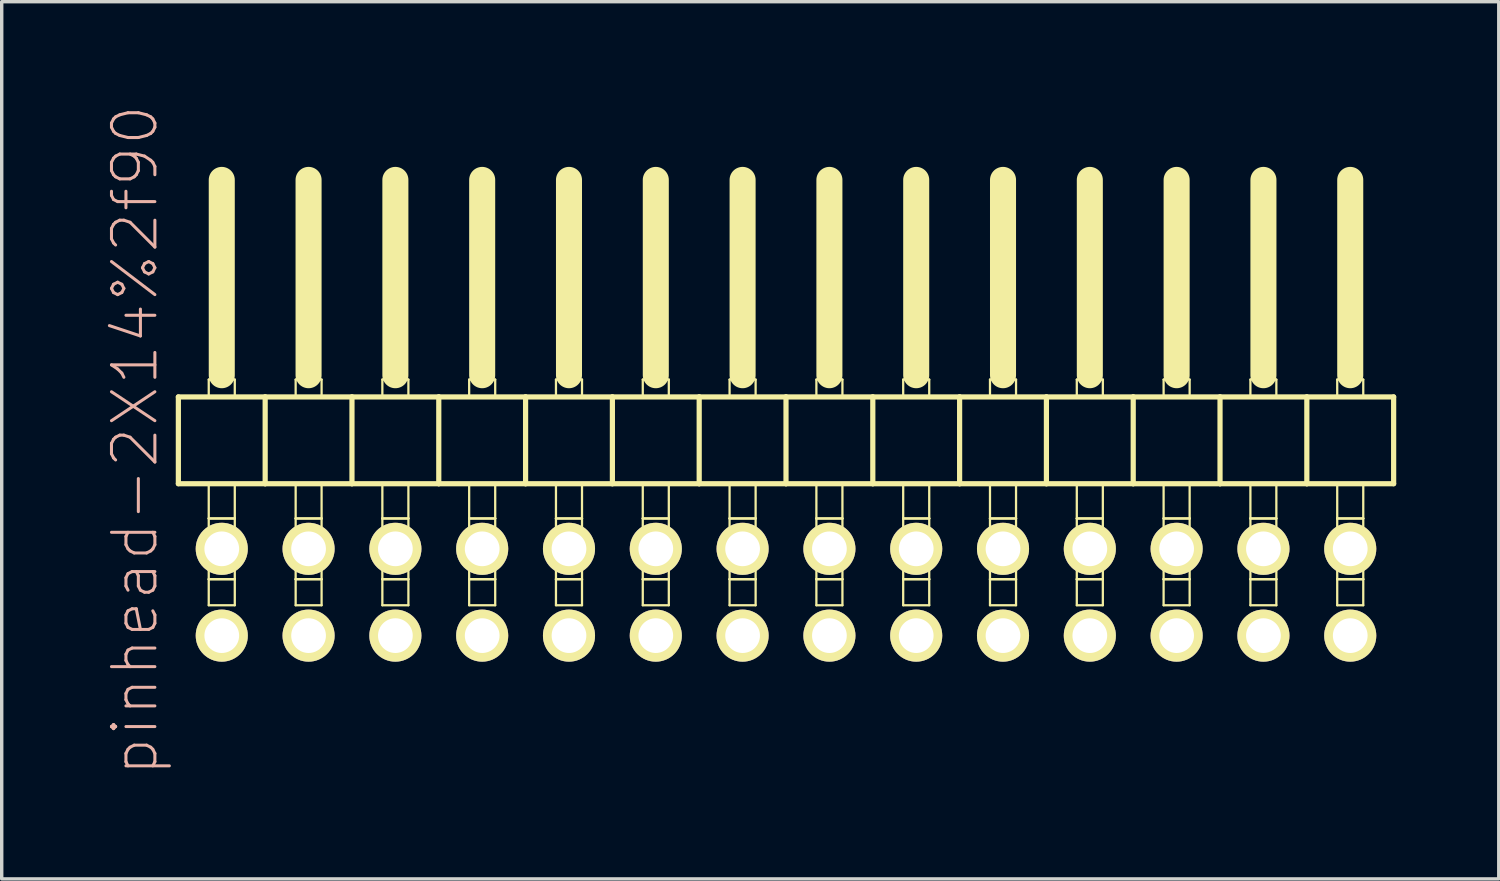
<source format=kicad_pcb>
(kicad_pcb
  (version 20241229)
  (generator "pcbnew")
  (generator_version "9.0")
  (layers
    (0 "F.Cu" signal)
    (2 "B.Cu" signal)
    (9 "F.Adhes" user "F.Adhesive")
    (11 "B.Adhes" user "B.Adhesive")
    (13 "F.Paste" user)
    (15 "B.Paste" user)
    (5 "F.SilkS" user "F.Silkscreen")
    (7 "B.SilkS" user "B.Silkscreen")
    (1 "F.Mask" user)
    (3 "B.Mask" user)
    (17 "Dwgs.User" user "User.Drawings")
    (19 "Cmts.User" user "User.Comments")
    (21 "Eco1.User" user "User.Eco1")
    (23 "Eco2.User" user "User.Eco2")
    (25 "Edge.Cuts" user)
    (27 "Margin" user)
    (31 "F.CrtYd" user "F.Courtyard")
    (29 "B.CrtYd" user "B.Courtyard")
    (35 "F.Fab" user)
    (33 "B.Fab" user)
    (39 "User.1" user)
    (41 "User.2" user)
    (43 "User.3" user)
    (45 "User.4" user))
  (footprint "pinhead-2X14%2f90"
    (layer "F.Cu")
    (at 19.949 9.199)
    (property "Reference" "pinhead-2X14%2f90" (at -19.05 0.635 90) (layer "B.SilkS") (effects (font (size 1.27 1.27) (thickness 0.089))))
    (attr exclude_from_pos_files exclude_from_bom)
    (fp_line (start -17.78 -0.635) (end -17.78 1.905) (stroke (width 0.152) (type solid)) (layer "F.SilkS"))
    (fp_line (start -17.78 1.905) (end -15.24 1.905) (stroke (width 0.152) (type solid)) (layer "F.SilkS"))
    (fp_line (start -16.891 -1.143) (end -16.129 -1.143) (stroke (width 0.066) (type solid)) (layer "F.SilkS"))
    (fp_line (start -16.891 -0.635) (end -16.891 -1.143) (stroke (width 0.066) (type solid)) (layer "F.SilkS"))
    (fp_line (start -16.891 -0.635) (end -16.129 -0.635) (stroke (width 0.066) (type solid)) (layer "F.SilkS"))
    (fp_line (start -16.891 1.905) (end -16.129 1.905) (stroke (width 0.066) (type solid)) (layer "F.SilkS"))
    (fp_line (start -16.891 2.921) (end -16.891 1.905) (stroke (width 0.066) (type solid)) (layer "F.SilkS"))
    (fp_line (start -16.891 2.921) (end -16.129 2.921) (stroke (width 0.066) (type solid)) (layer "F.SilkS"))
    (fp_line (start -16.891 2.921) (end -16.129 2.921) (stroke (width 0.066) (type solid)) (layer "F.SilkS"))
    (fp_line (start -16.891 4.699) (end -16.891 2.921) (stroke (width 0.066) (type solid)) (layer "F.SilkS"))
    (fp_line (start -16.891 4.699) (end -16.129 4.699) (stroke (width 0.066) (type solid)) (layer "F.SilkS"))
    (fp_line (start -16.891 4.699) (end -16.129 4.699) (stroke (width 0.066) (type solid)) (layer "F.SilkS"))
    (fp_line (start -16.891 5.461) (end -16.891 4.699) (stroke (width 0.066) (type solid)) (layer "F.SilkS"))
    (fp_line (start -16.891 5.461) (end -16.129 5.461) (stroke (width 0.066) (type solid)) (layer "F.SilkS"))
    (fp_line (start -16.51 -6.985) (end -16.51 -1.27) (stroke (width 0.762) (type solid)) (layer "F.SilkS"))
    (fp_line (start -16.129 -0.635) (end -16.129 -1.143) (stroke (width 0.066) (type solid)) (layer "F.SilkS"))
    (fp_line (start -16.129 2.921) (end -16.129 1.905) (stroke (width 0.066) (type solid)) (layer "F.SilkS"))
    (fp_line (start -16.129 4.699) (end -16.129 2.921) (stroke (width 0.066) (type solid)) (layer "F.SilkS"))
    (fp_line (start -16.129 5.461) (end -16.129 4.699) (stroke (width 0.066) (type solid)) (layer "F.SilkS"))
    (fp_line (start -15.24 -0.635) (end -17.78 -0.635) (stroke (width 0.152) (type solid)) (layer "F.SilkS"))
    (fp_line (start -15.24 1.905) (end -15.24 -0.635) (stroke (width 0.152) (type solid)) (layer "F.SilkS"))
    (fp_line (start -15.24 1.905) (end -12.7 1.905) (stroke (width 0.152) (type solid)) (layer "F.SilkS"))
    (fp_line (start -14.348 -1.143) (end -13.589 -1.143) (stroke (width 0.066) (type solid)) (layer "F.SilkS"))
    (fp_line (start -14.348 -0.635) (end -14.348 -1.143) (stroke (width 0.066) (type solid)) (layer "F.SilkS"))
    (fp_line (start -14.348 -0.635) (end -13.589 -0.635) (stroke (width 0.066) (type solid)) (layer "F.SilkS"))
    (fp_line (start -14.348 1.905) (end -13.589 1.905) (stroke (width 0.066) (type solid)) (layer "F.SilkS"))
    (fp_line (start -14.348 2.921) (end -14.348 1.905) (stroke (width 0.066) (type solid)) (layer "F.SilkS"))
    (fp_line (start -14.348 2.921) (end -13.589 2.921) (stroke (width 0.066) (type solid)) (layer "F.SilkS"))
    (fp_line (start -14.348 2.921) (end -13.589 2.921) (stroke (width 0.066) (type solid)) (layer "F.SilkS"))
    (fp_line (start -14.348 4.699) (end -14.348 2.921) (stroke (width 0.066) (type solid)) (layer "F.SilkS"))
    (fp_line (start -14.348 4.699) (end -13.589 4.699) (stroke (width 0.066) (type solid)) (layer "F.SilkS"))
    (fp_line (start -14.348 4.699) (end -13.589 4.699) (stroke (width 0.066) (type solid)) (layer "F.SilkS"))
    (fp_line (start -14.348 5.461) (end -14.348 4.699) (stroke (width 0.066) (type solid)) (layer "F.SilkS"))
    (fp_line (start -14.348 5.461) (end -13.589 5.461) (stroke (width 0.066) (type solid)) (layer "F.SilkS"))
    (fp_line (start -13.97 -6.985) (end -13.97 -1.27) (stroke (width 0.762) (type solid)) (layer "F.SilkS"))
    (fp_line (start -13.589 -0.635) (end -13.589 -1.143) (stroke (width 0.066) (type solid)) (layer "F.SilkS"))
    (fp_line (start -13.589 2.921) (end -13.589 1.905) (stroke (width 0.066) (type solid)) (layer "F.SilkS"))
    (fp_line (start -13.589 4.699) (end -13.589 2.921) (stroke (width 0.066) (type solid)) (layer "F.SilkS"))
    (fp_line (start -13.589 5.461) (end -13.589 4.699) (stroke (width 0.066) (type solid)) (layer "F.SilkS"))
    (fp_line (start -12.7 -0.635) (end -15.24 -0.635) (stroke (width 0.152) (type solid)) (layer "F.SilkS"))
    (fp_line (start -12.7 1.905) (end -12.7 -0.635) (stroke (width 0.152) (type solid)) (layer "F.SilkS"))
    (fp_line (start -12.7 1.905) (end -10.16 1.905) (stroke (width 0.152) (type solid)) (layer "F.SilkS"))
    (fp_line (start -11.811 -1.143) (end -11.049 -1.143) (stroke (width 0.066) (type solid)) (layer "F.SilkS"))
    (fp_line (start -11.811 -0.635) (end -11.811 -1.143) (stroke (width 0.066) (type solid)) (layer "F.SilkS"))
    (fp_line (start -11.811 -0.635) (end -11.049 -0.635) (stroke (width 0.066) (type solid)) (layer "F.SilkS"))
    (fp_line (start -11.811 1.905) (end -11.049 1.905) (stroke (width 0.066) (type solid)) (layer "F.SilkS"))
    (fp_line (start -11.811 2.921) (end -11.811 1.905) (stroke (width 0.066) (type solid)) (layer "F.SilkS"))
    (fp_line (start -11.811 2.921) (end -11.049 2.921) (stroke (width 0.066) (type solid)) (layer "F.SilkS"))
    (fp_line (start -11.811 2.921) (end -11.049 2.921) (stroke (width 0.066) (type solid)) (layer "F.SilkS"))
    (fp_line (start -11.811 4.699) (end -11.811 2.921) (stroke (width 0.066) (type solid)) (layer "F.SilkS"))
    (fp_line (start -11.811 4.699) (end -11.049 4.699) (stroke (width 0.066) (type solid)) (layer "F.SilkS"))
    (fp_line (start -11.811 4.699) (end -11.049 4.699) (stroke (width 0.066) (type solid)) (layer "F.SilkS"))
    (fp_line (start -11.811 5.461) (end -11.811 4.699) (stroke (width 0.066) (type solid)) (layer "F.SilkS"))
    (fp_line (start -11.811 5.461) (end -11.049 5.461) (stroke (width 0.066) (type solid)) (layer "F.SilkS"))
    (fp_line (start -11.43 -6.985) (end -11.43 -1.27) (stroke (width 0.762) (type solid)) (layer "F.SilkS"))
    (fp_line (start -11.049 -0.635) (end -11.049 -1.143) (stroke (width 0.066) (type solid)) (layer "F.SilkS"))
    (fp_line (start -11.049 2.921) (end -11.049 1.905) (stroke (width 0.066) (type solid)) (layer "F.SilkS"))
    (fp_line (start -11.049 4.699) (end -11.049 2.921) (stroke (width 0.066) (type solid)) (layer "F.SilkS"))
    (fp_line (start -11.049 5.461) (end -11.049 4.699) (stroke (width 0.066) (type solid)) (layer "F.SilkS"))
    (fp_line (start -10.16 -0.635) (end -12.7 -0.635) (stroke (width 0.152) (type solid)) (layer "F.SilkS"))
    (fp_line (start -10.16 1.905) (end -10.16 -0.635) (stroke (width 0.152) (type solid)) (layer "F.SilkS"))
    (fp_line (start -10.16 1.905) (end -7.62 1.905) (stroke (width 0.152) (type solid)) (layer "F.SilkS"))
    (fp_line (start -9.271 -1.143) (end -8.509 -1.143) (stroke (width 0.066) (type solid)) (layer "F.SilkS"))
    (fp_line (start -9.271 -0.635) (end -9.271 -1.143) (stroke (width 0.066) (type solid)) (layer "F.SilkS"))
    (fp_line (start -9.271 -0.635) (end -8.509 -0.635) (stroke (width 0.066) (type solid)) (layer "F.SilkS"))
    (fp_line (start -9.271 1.905) (end -8.509 1.905) (stroke (width 0.066) (type solid)) (layer "F.SilkS"))
    (fp_line (start -9.271 2.921) (end -9.271 1.905) (stroke (width 0.066) (type solid)) (layer "F.SilkS"))
    (fp_line (start -9.271 2.921) (end -8.509 2.921) (stroke (width 0.066) (type solid)) (layer "F.SilkS"))
    (fp_line (start -9.271 2.921) (end -8.509 2.921) (stroke (width 0.066) (type solid)) (layer "F.SilkS"))
    (fp_line (start -9.271 4.699) (end -9.271 2.921) (stroke (width 0.066) (type solid)) (layer "F.SilkS"))
    (fp_line (start -9.271 4.699) (end -8.509 4.699) (stroke (width 0.066) (type solid)) (layer "F.SilkS"))
    (fp_line (start -9.271 4.699) (end -8.509 4.699) (stroke (width 0.066) (type solid)) (layer "F.SilkS"))
    (fp_line (start -9.271 5.461) (end -9.271 4.699) (stroke (width 0.066) (type solid)) (layer "F.SilkS"))
    (fp_line (start -9.271 5.461) (end -8.509 5.461) (stroke (width 0.066) (type solid)) (layer "F.SilkS"))
    (fp_line (start -8.89 -6.985) (end -8.89 -1.27) (stroke (width 0.762) (type solid)) (layer "F.SilkS"))
    (fp_line (start -8.509 -0.635) (end -8.509 -1.143) (stroke (width 0.066) (type solid)) (layer "F.SilkS"))
    (fp_line (start -8.509 2.921) (end -8.509 1.905) (stroke (width 0.066) (type solid)) (layer "F.SilkS"))
    (fp_line (start -8.509 4.699) (end -8.509 2.921) (stroke (width 0.066) (type solid)) (layer "F.SilkS"))
    (fp_line (start -8.509 5.461) (end -8.509 4.699) (stroke (width 0.066) (type solid)) (layer "F.SilkS"))
    (fp_line (start -7.62 -0.635) (end -10.16 -0.635) (stroke (width 0.152) (type solid)) (layer "F.SilkS"))
    (fp_line (start -7.62 1.905) (end -7.62 -0.635) (stroke (width 0.152) (type solid)) (layer "F.SilkS"))
    (fp_line (start -7.62 1.905) (end -5.08 1.905) (stroke (width 0.152) (type solid)) (layer "F.SilkS"))
    (fp_line (start -6.731 -1.143) (end -5.969 -1.143) (stroke (width 0.066) (type solid)) (layer "F.SilkS"))
    (fp_line (start -6.731 -0.635) (end -6.731 -1.143) (stroke (width 0.066) (type solid)) (layer "F.SilkS"))
    (fp_line (start -6.731 -0.635) (end -5.969 -0.635) (stroke (width 0.066) (type solid)) (layer "F.SilkS"))
    (fp_line (start -6.731 1.905) (end -5.969 1.905) (stroke (width 0.066) (type solid)) (layer "F.SilkS"))
    (fp_line (start -6.731 2.921) (end -6.731 1.905) (stroke (width 0.066) (type solid)) (layer "F.SilkS"))
    (fp_line (start -6.731 2.921) (end -5.969 2.921) (stroke (width 0.066) (type solid)) (layer "F.SilkS"))
    (fp_line (start -6.731 2.921) (end -5.969 2.921) (stroke (width 0.066) (type solid)) (layer "F.SilkS"))
    (fp_line (start -6.731 4.699) (end -6.731 2.921) (stroke (width 0.066) (type solid)) (layer "F.SilkS"))
    (fp_line (start -6.731 4.699) (end -5.969 4.699) (stroke (width 0.066) (type solid)) (layer "F.SilkS"))
    (fp_line (start -6.731 4.699) (end -5.969 4.699) (stroke (width 0.066) (type solid)) (layer "F.SilkS"))
    (fp_line (start -6.731 5.461) (end -6.731 4.699) (stroke (width 0.066) (type solid)) (layer "F.SilkS"))
    (fp_line (start -6.731 5.461) (end -5.969 5.461) (stroke (width 0.066) (type solid)) (layer "F.SilkS"))
    (fp_line (start -6.35 -6.985) (end -6.35 -1.27) (stroke (width 0.762) (type solid)) (layer "F.SilkS"))
    (fp_line (start -5.969 -0.635) (end -5.969 -1.143) (stroke (width 0.066) (type solid)) (layer "F.SilkS"))
    (fp_line (start -5.969 2.921) (end -5.969 1.905) (stroke (width 0.066) (type solid)) (layer "F.SilkS"))
    (fp_line (start -5.969 4.699) (end -5.969 2.921) (stroke (width 0.066) (type solid)) (layer "F.SilkS"))
    (fp_line (start -5.969 5.461) (end -5.969 4.699) (stroke (width 0.066) (type solid)) (layer "F.SilkS"))
    (fp_line (start -5.08 -0.635) (end -7.62 -0.635) (stroke (width 0.152) (type solid)) (layer "F.SilkS"))
    (fp_line (start -5.08 1.905) (end -5.08 -0.635) (stroke (width 0.152) (type solid)) (layer "F.SilkS"))
    (fp_line (start -5.08 1.905) (end -2.54 1.905) (stroke (width 0.152) (type solid)) (layer "F.SilkS"))
    (fp_line (start -4.191 -1.143) (end -3.429 -1.143) (stroke (width 0.066) (type solid)) (layer "F.SilkS"))
    (fp_line (start -4.191 -0.635) (end -4.191 -1.143) (stroke (width 0.066) (type solid)) (layer "F.SilkS"))
    (fp_line (start -4.191 -0.635) (end -3.429 -0.635) (stroke (width 0.066) (type solid)) (layer "F.SilkS"))
    (fp_line (start -4.191 1.905) (end -3.429 1.905) (stroke (width 0.066) (type solid)) (layer "F.SilkS"))
    (fp_line (start -4.191 2.921) (end -4.191 1.905) (stroke (width 0.066) (type solid)) (layer "F.SilkS"))
    (fp_line (start -4.191 2.921) (end -3.429 2.921) (stroke (width 0.066) (type solid)) (layer "F.SilkS"))
    (fp_line (start -4.191 2.921) (end -3.429 2.921) (stroke (width 0.066) (type solid)) (layer "F.SilkS"))
    (fp_line (start -4.191 4.699) (end -4.191 2.921) (stroke (width 0.066) (type solid)) (layer "F.SilkS"))
    (fp_line (start -4.191 4.699) (end -3.429 4.699) (stroke (width 0.066) (type solid)) (layer "F.SilkS"))
    (fp_line (start -4.191 4.699) (end -3.429 4.699) (stroke (width 0.066) (type solid)) (layer "F.SilkS"))
    (fp_line (start -4.191 5.461) (end -4.191 4.699) (stroke (width 0.066) (type solid)) (layer "F.SilkS"))
    (fp_line (start -4.191 5.461) (end -3.429 5.461) (stroke (width 0.066) (type solid)) (layer "F.SilkS"))
    (fp_line (start -3.81 -6.985) (end -3.81 -1.27) (stroke (width 0.762) (type solid)) (layer "F.SilkS"))
    (fp_line (start -3.429 -0.635) (end -3.429 -1.143) (stroke (width 0.066) (type solid)) (layer "F.SilkS"))
    (fp_line (start -3.429 2.921) (end -3.429 1.905) (stroke (width 0.066) (type solid)) (layer "F.SilkS"))
    (fp_line (start -3.429 4.699) (end -3.429 2.921) (stroke (width 0.066) (type solid)) (layer "F.SilkS"))
    (fp_line (start -3.429 5.461) (end -3.429 4.699) (stroke (width 0.066) (type solid)) (layer "F.SilkS"))
    (fp_line (start -2.54 -0.635) (end -5.08 -0.635) (stroke (width 0.152) (type solid)) (layer "F.SilkS"))
    (fp_line (start -2.54 1.905) (end -2.54 -0.635) (stroke (width 0.152) (type solid)) (layer "F.SilkS"))
    (fp_line (start -2.54 1.905) (end 0 1.905) (stroke (width 0.152) (type solid)) (layer "F.SilkS"))
    (fp_line (start -1.651 -1.143) (end -0.889 -1.143) (stroke (width 0.066) (type solid)) (layer "F.SilkS"))
    (fp_line (start -1.651 -0.635) (end -1.651 -1.143) (stroke (width 0.066) (type solid)) (layer "F.SilkS"))
    (fp_line (start -1.651 -0.635) (end -0.889 -0.635) (stroke (width 0.066) (type solid)) (layer "F.SilkS"))
    (fp_line (start -1.651 1.905) (end -0.889 1.905) (stroke (width 0.066) (type solid)) (layer "F.SilkS"))
    (fp_line (start -1.651 2.921) (end -1.651 1.905) (stroke (width 0.066) (type solid)) (layer "F.SilkS"))
    (fp_line (start -1.651 2.921) (end -0.889 2.921) (stroke (width 0.066) (type solid)) (layer "F.SilkS"))
    (fp_line (start -1.651 2.921) (end -0.889 2.921) (stroke (width 0.066) (type solid)) (layer "F.SilkS"))
    (fp_line (start -1.651 4.699) (end -1.651 2.921) (stroke (width 0.066) (type solid)) (layer "F.SilkS"))
    (fp_line (start -1.651 4.699) (end -0.889 4.699) (stroke (width 0.066) (type solid)) (layer "F.SilkS"))
    (fp_line (start -1.651 4.699) (end -0.889 4.699) (stroke (width 0.066) (type solid)) (layer "F.SilkS"))
    (fp_line (start -1.651 5.461) (end -1.651 4.699) (stroke (width 0.066) (type solid)) (layer "F.SilkS"))
    (fp_line (start -1.651 5.461) (end -0.889 5.461) (stroke (width 0.066) (type solid)) (layer "F.SilkS"))
    (fp_line (start -1.27 -6.985) (end -1.27 -1.27) (stroke (width 0.762) (type solid)) (layer "F.SilkS"))
    (fp_line (start -0.889 -0.635) (end -0.889 -1.143) (stroke (width 0.066) (type solid)) (layer "F.SilkS"))
    (fp_line (start -0.889 2.921) (end -0.889 1.905) (stroke (width 0.066) (type solid)) (layer "F.SilkS"))
    (fp_line (start -0.889 4.699) (end -0.889 2.921) (stroke (width 0.066) (type solid)) (layer "F.SilkS"))
    (fp_line (start -0.889 5.461) (end -0.889 4.699) (stroke (width 0.066) (type solid)) (layer "F.SilkS"))
    (fp_line (start 0 -0.635) (end -2.54 -0.635) (stroke (width 0.152) (type solid)) (layer "F.SilkS"))
    (fp_line (start 0 1.905) (end 0 -0.635) (stroke (width 0.152) (type solid)) (layer "F.SilkS"))
    (fp_line (start 0 1.905) (end 2.54 1.905) (stroke (width 0.152) (type solid)) (layer "F.SilkS"))
    (fp_line (start 0.889 -1.143) (end 1.651 -1.143) (stroke (width 0.066) (type solid)) (layer "F.SilkS"))
    (fp_line (start 0.889 -0.635) (end 0.889 -1.143) (stroke (width 0.066) (type solid)) (layer "F.SilkS"))
    (fp_line (start 0.889 -0.635) (end 1.651 -0.635) (stroke (width 0.066) (type solid)) (layer "F.SilkS"))
    (fp_line (start 0.889 1.905) (end 1.651 1.905) (stroke (width 0.066) (type solid)) (layer "F.SilkS"))
    (fp_line (start 0.889 2.921) (end 0.889 1.905) (stroke (width 0.066) (type solid)) (layer "F.SilkS"))
    (fp_line (start 0.889 2.921) (end 1.651 2.921) (stroke (width 0.066) (type solid)) (layer "F.SilkS"))
    (fp_line (start 0.889 2.921) (end 1.651 2.921) (stroke (width 0.066) (type solid)) (layer "F.SilkS"))
    (fp_line (start 0.889 4.699) (end 0.889 2.921) (stroke (width 0.066) (type solid)) (layer "F.SilkS"))
    (fp_line (start 0.889 4.699) (end 1.651 4.699) (stroke (width 0.066) (type solid)) (layer "F.SilkS"))
    (fp_line (start 0.889 4.699) (end 1.651 4.699) (stroke (width 0.066) (type solid)) (layer "F.SilkS"))
    (fp_line (start 0.889 5.461) (end 0.889 4.699) (stroke (width 0.066) (type solid)) (layer "F.SilkS"))
    (fp_line (start 0.889 5.461) (end 1.651 5.461) (stroke (width 0.066) (type solid)) (layer "F.SilkS"))
    (fp_line (start 1.27 -6.985) (end 1.27 -1.27) (stroke (width 0.762) (type solid)) (layer "F.SilkS"))
    (fp_line (start 1.651 -0.635) (end 1.651 -1.143) (stroke (width 0.066) (type solid)) (layer "F.SilkS"))
    (fp_line (start 1.651 2.921) (end 1.651 1.905) (stroke (width 0.066) (type solid)) (layer "F.SilkS"))
    (fp_line (start 1.651 4.699) (end 1.651 2.921) (stroke (width 0.066) (type solid)) (layer "F.SilkS"))
    (fp_line (start 1.651 5.461) (end 1.651 4.699) (stroke (width 0.066) (type solid)) (layer "F.SilkS"))
    (fp_line (start 2.54 -0.635) (end 0 -0.635) (stroke (width 0.152) (type solid)) (layer "F.SilkS"))
    (fp_line (start 2.54 1.905) (end 2.54 -0.635) (stroke (width 0.152) (type solid)) (layer "F.SilkS"))
    (fp_line (start 2.54 1.905) (end 5.08 1.905) (stroke (width 0.152) (type solid)) (layer "F.SilkS"))
    (fp_line (start 3.429 -1.143) (end 4.191 -1.143) (stroke (width 0.066) (type solid)) (layer "F.SilkS"))
    (fp_line (start 3.429 -0.635) (end 3.429 -1.143) (stroke (width 0.066) (type solid)) (layer "F.SilkS"))
    (fp_line (start 3.429 -0.635) (end 4.191 -0.635) (stroke (width 0.066) (type solid)) (layer "F.SilkS"))
    (fp_line (start 3.429 1.905) (end 4.191 1.905) (stroke (width 0.066) (type solid)) (layer "F.SilkS"))
    (fp_line (start 3.429 2.921) (end 3.429 1.905) (stroke (width 0.066) (type solid)) (layer "F.SilkS"))
    (fp_line (start 3.429 2.921) (end 4.191 2.921) (stroke (width 0.066) (type solid)) (layer "F.SilkS"))
    (fp_line (start 3.429 2.921) (end 4.191 2.921) (stroke (width 0.066) (type solid)) (layer "F.SilkS"))
    (fp_line (start 3.429 4.699) (end 3.429 2.921) (stroke (width 0.066) (type solid)) (layer "F.SilkS"))
    (fp_line (start 3.429 4.699) (end 4.191 4.699) (stroke (width 0.066) (type solid)) (layer "F.SilkS"))
    (fp_line (start 3.429 4.699) (end 4.191 4.699) (stroke (width 0.066) (type solid)) (layer "F.SilkS"))
    (fp_line (start 3.429 5.461) (end 3.429 4.699) (stroke (width 0.066) (type solid)) (layer "F.SilkS"))
    (fp_line (start 3.429 5.461) (end 4.191 5.461) (stroke (width 0.066) (type solid)) (layer "F.SilkS"))
    (fp_line (start 3.81 -6.985) (end 3.81 -1.27) (stroke (width 0.762) (type solid)) (layer "F.SilkS"))
    (fp_line (start 4.191 -0.635) (end 4.191 -1.143) (stroke (width 0.066) (type solid)) (layer "F.SilkS"))
    (fp_line (start 4.191 2.921) (end 4.191 1.905) (stroke (width 0.066) (type solid)) (layer "F.SilkS"))
    (fp_line (start 4.191 4.699) (end 4.191 2.921) (stroke (width 0.066) (type solid)) (layer "F.SilkS"))
    (fp_line (start 4.191 5.461) (end 4.191 4.699) (stroke (width 0.066) (type solid)) (layer "F.SilkS"))
    (fp_line (start 5.08 -0.635) (end 2.54 -0.635) (stroke (width 0.152) (type solid)) (layer "F.SilkS"))
    (fp_line (start 5.08 1.905) (end 5.08 -0.635) (stroke (width 0.152) (type solid)) (layer "F.SilkS"))
    (fp_line (start 5.08 1.905) (end 7.62 1.905) (stroke (width 0.152) (type solid)) (layer "F.SilkS"))
    (fp_line (start 5.969 -1.143) (end 6.731 -1.143) (stroke (width 0.066) (type solid)) (layer "F.SilkS"))
    (fp_line (start 5.969 -0.635) (end 5.969 -1.143) (stroke (width 0.066) (type solid)) (layer "F.SilkS"))
    (fp_line (start 5.969 -0.635) (end 6.731 -0.635) (stroke (width 0.066) (type solid)) (layer "F.SilkS"))
    (fp_line (start 5.969 1.905) (end 6.731 1.905) (stroke (width 0.066) (type solid)) (layer "F.SilkS"))
    (fp_line (start 5.969 2.921) (end 5.969 1.905) (stroke (width 0.066) (type solid)) (layer "F.SilkS"))
    (fp_line (start 5.969 2.921) (end 6.731 2.921) (stroke (width 0.066) (type solid)) (layer "F.SilkS"))
    (fp_line (start 5.969 2.921) (end 6.731 2.921) (stroke (width 0.066) (type solid)) (layer "F.SilkS"))
    (fp_line (start 5.969 4.699) (end 5.969 2.921) (stroke (width 0.066) (type solid)) (layer "F.SilkS"))
    (fp_line (start 5.969 4.699) (end 6.731 4.699) (stroke (width 0.066) (type solid)) (layer "F.SilkS"))
    (fp_line (start 5.969 4.699) (end 6.731 4.699) (stroke (width 0.066) (type solid)) (layer "F.SilkS"))
    (fp_line (start 5.969 5.461) (end 5.969 4.699) (stroke (width 0.066) (type solid)) (layer "F.SilkS"))
    (fp_line (start 5.969 5.461) (end 6.731 5.461) (stroke (width 0.066) (type solid)) (layer "F.SilkS"))
    (fp_line (start 6.35 -6.985) (end 6.35 -1.27) (stroke (width 0.762) (type solid)) (layer "F.SilkS"))
    (fp_line (start 6.731 -0.635) (end 6.731 -1.143) (stroke (width 0.066) (type solid)) (layer "F.SilkS"))
    (fp_line (start 6.731 2.921) (end 6.731 1.905) (stroke (width 0.066) (type solid)) (layer "F.SilkS"))
    (fp_line (start 6.731 4.699) (end 6.731 2.921) (stroke (width 0.066) (type solid)) (layer "F.SilkS"))
    (fp_line (start 6.731 5.461) (end 6.731 4.699) (stroke (width 0.066) (type solid)) (layer "F.SilkS"))
    (fp_line (start 7.62 -0.635) (end 5.08 -0.635) (stroke (width 0.152) (type solid)) (layer "F.SilkS"))
    (fp_line (start 7.62 1.905) (end 7.62 -0.635) (stroke (width 0.152) (type solid)) (layer "F.SilkS"))
    (fp_line (start 7.62 1.905) (end 10.16 1.905) (stroke (width 0.152) (type solid)) (layer "F.SilkS"))
    (fp_line (start 8.509 -1.143) (end 9.271 -1.143) (stroke (width 0.066) (type solid)) (layer "F.SilkS"))
    (fp_line (start 8.509 -0.635) (end 8.509 -1.143) (stroke (width 0.066) (type solid)) (layer "F.SilkS"))
    (fp_line (start 8.509 -0.635) (end 9.271 -0.635) (stroke (width 0.066) (type solid)) (layer "F.SilkS"))
    (fp_line (start 8.509 1.905) (end 9.271 1.905) (stroke (width 0.066) (type solid)) (layer "F.SilkS"))
    (fp_line (start 8.509 2.921) (end 8.509 1.905) (stroke (width 0.066) (type solid)) (layer "F.SilkS"))
    (fp_line (start 8.509 2.921) (end 9.271 2.921) (stroke (width 0.066) (type solid)) (layer "F.SilkS"))
    (fp_line (start 8.509 2.921) (end 9.271 2.921) (stroke (width 0.066) (type solid)) (layer "F.SilkS"))
    (fp_line (start 8.509 4.699) (end 8.509 2.921) (stroke (width 0.066) (type solid)) (layer "F.SilkS"))
    (fp_line (start 8.509 4.699) (end 9.271 4.699) (stroke (width 0.066) (type solid)) (layer "F.SilkS"))
    (fp_line (start 8.509 4.699) (end 9.271 4.699) (stroke (width 0.066) (type solid)) (layer "F.SilkS"))
    (fp_line (start 8.509 5.461) (end 8.509 4.699) (stroke (width 0.066) (type solid)) (layer "F.SilkS"))
    (fp_line (start 8.509 5.461) (end 9.271 5.461) (stroke (width 0.066) (type solid)) (layer "F.SilkS"))
    (fp_line (start 8.89 -6.985) (end 8.89 -1.27) (stroke (width 0.762) (type solid)) (layer "F.SilkS"))
    (fp_line (start 9.271 -0.635) (end 9.271 -1.143) (stroke (width 0.066) (type solid)) (layer "F.SilkS"))
    (fp_line (start 9.271 2.921) (end 9.271 1.905) (stroke (width 0.066) (type solid)) (layer "F.SilkS"))
    (fp_line (start 9.271 4.699) (end 9.271 2.921) (stroke (width 0.066) (type solid)) (layer "F.SilkS"))
    (fp_line (start 9.271 5.461) (end 9.271 4.699) (stroke (width 0.066) (type solid)) (layer "F.SilkS"))
    (fp_line (start 10.16 -0.635) (end 7.62 -0.635) (stroke (width 0.152) (type solid)) (layer "F.SilkS"))
    (fp_line (start 10.16 1.905) (end 10.16 -0.635) (stroke (width 0.152) (type solid)) (layer "F.SilkS"))
    (fp_line (start 10.16 1.905) (end 12.7 1.905) (stroke (width 0.152) (type solid)) (layer "F.SilkS"))
    (fp_line (start 11.049 -1.143) (end 11.811 -1.143) (stroke (width 0.066) (type solid)) (layer "F.SilkS"))
    (fp_line (start 11.049 -0.635) (end 11.049 -1.143) (stroke (width 0.066) (type solid)) (layer "F.SilkS"))
    (fp_line (start 11.049 -0.635) (end 11.811 -0.635) (stroke (width 0.066) (type solid)) (layer "F.SilkS"))
    (fp_line (start 11.049 1.905) (end 11.811 1.905) (stroke (width 0.066) (type solid)) (layer "F.SilkS"))
    (fp_line (start 11.049 2.921) (end 11.049 1.905) (stroke (width 0.066) (type solid)) (layer "F.SilkS"))
    (fp_line (start 11.049 2.921) (end 11.811 2.921) (stroke (width 0.066) (type solid)) (layer "F.SilkS"))
    (fp_line (start 11.049 2.921) (end 11.811 2.921) (stroke (width 0.066) (type solid)) (layer "F.SilkS"))
    (fp_line (start 11.049 4.699) (end 11.049 2.921) (stroke (width 0.066) (type solid)) (layer "F.SilkS"))
    (fp_line (start 11.049 4.699) (end 11.811 4.699) (stroke (width 0.066) (type solid)) (layer "F.SilkS"))
    (fp_line (start 11.049 4.699) (end 11.811 4.699) (stroke (width 0.066) (type solid)) (layer "F.SilkS"))
    (fp_line (start 11.049 5.461) (end 11.049 4.699) (stroke (width 0.066) (type solid)) (layer "F.SilkS"))
    (fp_line (start 11.049 5.461) (end 11.811 5.461) (stroke (width 0.066) (type solid)) (layer "F.SilkS"))
    (fp_line (start 11.43 -6.985) (end 11.43 -1.27) (stroke (width 0.762) (type solid)) (layer "F.SilkS"))
    (fp_line (start 11.811 -0.635) (end 11.811 -1.143) (stroke (width 0.066) (type solid)) (layer "F.SilkS"))
    (fp_line (start 11.811 2.921) (end 11.811 1.905) (stroke (width 0.066) (type solid)) (layer "F.SilkS"))
    (fp_line (start 11.811 4.699) (end 11.811 2.921) (stroke (width 0.066) (type solid)) (layer "F.SilkS"))
    (fp_line (start 11.811 5.461) (end 11.811 4.699) (stroke (width 0.066) (type solid)) (layer "F.SilkS"))
    (fp_line (start 12.7 -0.635) (end 10.16 -0.635) (stroke (width 0.152) (type solid)) (layer "F.SilkS"))
    (fp_line (start 12.7 1.905) (end 12.7 -0.635) (stroke (width 0.152) (type solid)) (layer "F.SilkS"))
    (fp_line (start 12.7 1.905) (end 15.24 1.905) (stroke (width 0.152) (type solid)) (layer "F.SilkS"))
    (fp_line (start 13.589 -1.143) (end 14.348 -1.143) (stroke (width 0.066) (type solid)) (layer "F.SilkS"))
    (fp_line (start 13.589 -0.635) (end 13.589 -1.143) (stroke (width 0.066) (type solid)) (layer "F.SilkS"))
    (fp_line (start 13.589 -0.635) (end 14.348 -0.635) (stroke (width 0.066) (type solid)) (layer "F.SilkS"))
    (fp_line (start 13.589 1.905) (end 14.348 1.905) (stroke (width 0.066) (type solid)) (layer "F.SilkS"))
    (fp_line (start 13.589 2.921) (end 13.589 1.905) (stroke (width 0.066) (type solid)) (layer "F.SilkS"))
    (fp_line (start 13.589 2.921) (end 14.348 2.921) (stroke (width 0.066) (type solid)) (layer "F.SilkS"))
    (fp_line (start 13.589 2.921) (end 14.348 2.921) (stroke (width 0.066) (type solid)) (layer "F.SilkS"))
    (fp_line (start 13.589 4.699) (end 13.589 2.921) (stroke (width 0.066) (type solid)) (layer "F.SilkS"))
    (fp_line (start 13.589 4.699) (end 14.348 4.699) (stroke (width 0.066) (type solid)) (layer "F.SilkS"))
    (fp_line (start 13.589 4.699) (end 14.348 4.699) (stroke (width 0.066) (type solid)) (layer "F.SilkS"))
    (fp_line (start 13.589 5.461) (end 13.589 4.699) (stroke (width 0.066) (type solid)) (layer "F.SilkS"))
    (fp_line (start 13.589 5.461) (end 14.348 5.461) (stroke (width 0.066) (type solid)) (layer "F.SilkS"))
    (fp_line (start 13.97 -6.985) (end 13.97 -1.27) (stroke (width 0.762) (type solid)) (layer "F.SilkS"))
    (fp_line (start 14.348 -0.635) (end 14.348 -1.143) (stroke (width 0.066) (type solid)) (layer "F.SilkS"))
    (fp_line (start 14.348 2.921) (end 14.348 1.905) (stroke (width 0.066) (type solid)) (layer "F.SilkS"))
    (fp_line (start 14.348 4.699) (end 14.348 2.921) (stroke (width 0.066) (type solid)) (layer "F.SilkS"))
    (fp_line (start 14.348 5.461) (end 14.348 4.699) (stroke (width 0.066) (type solid)) (layer "F.SilkS"))
    (fp_line (start 15.24 -0.635) (end 12.7 -0.635) (stroke (width 0.152) (type solid)) (layer "F.SilkS"))
    (fp_line (start 15.24 1.905) (end 15.24 -0.635) (stroke (width 0.152) (type solid)) (layer "F.SilkS"))
    (fp_line (start 15.24 1.905) (end 17.78 1.905) (stroke (width 0.152) (type solid)) (layer "F.SilkS"))
    (fp_line (start 16.129 -1.143) (end 16.891 -1.143) (stroke (width 0.066) (type solid)) (layer "F.SilkS"))
    (fp_line (start 16.129 -0.635) (end 16.129 -1.143) (stroke (width 0.066) (type solid)) (layer "F.SilkS"))
    (fp_line (start 16.129 -0.635) (end 16.891 -0.635) (stroke (width 0.066) (type solid)) (layer "F.SilkS"))
    (fp_line (start 16.129 1.905) (end 16.891 1.905) (stroke (width 0.066) (type solid)) (layer "F.SilkS"))
    (fp_line (start 16.129 2.921) (end 16.129 1.905) (stroke (width 0.066) (type solid)) (layer "F.SilkS"))
    (fp_line (start 16.129 2.921) (end 16.891 2.921) (stroke (width 0.066) (type solid)) (layer "F.SilkS"))
    (fp_line (start 16.129 2.921) (end 16.891 2.921) (stroke (width 0.066) (type solid)) (layer "F.SilkS"))
    (fp_line (start 16.129 4.699) (end 16.129 2.921) (stroke (width 0.066) (type solid)) (layer "F.SilkS"))
    (fp_line (start 16.129 4.699) (end 16.891 4.699) (stroke (width 0.066) (type solid)) (layer "F.SilkS"))
    (fp_line (start 16.129 4.699) (end 16.891 4.699) (stroke (width 0.066) (type solid)) (layer "F.SilkS"))
    (fp_line (start 16.129 5.461) (end 16.129 4.699) (stroke (width 0.066) (type solid)) (layer "F.SilkS"))
    (fp_line (start 16.129 5.461) (end 16.891 5.461) (stroke (width 0.066) (type solid)) (layer "F.SilkS"))
    (fp_line (start 16.51 -6.985) (end 16.51 -1.27) (stroke (width 0.762) (type solid)) (layer "F.SilkS"))
    (fp_line (start 16.891 -0.635) (end 16.891 -1.143) (stroke (width 0.066) (type solid)) (layer "F.SilkS"))
    (fp_line (start 16.891 2.921) (end 16.891 1.905) (stroke (width 0.066) (type solid)) (layer "F.SilkS"))
    (fp_line (start 16.891 4.699) (end 16.891 2.921) (stroke (width 0.066) (type solid)) (layer "F.SilkS"))
    (fp_line (start 16.891 5.461) (end 16.891 4.699) (stroke (width 0.066) (type solid)) (layer "F.SilkS"))
    (fp_line (start 17.78 -0.635) (end 15.24 -0.635) (stroke (width 0.152) (type solid)) (layer "F.SilkS"))
    (fp_line (start 17.78 1.905) (end 17.78 -0.635) (stroke (width 0.152) (type solid)) (layer "F.SilkS"))
    (pad "1" thru_hole circle (at -16.51 6.35) (size 1.524 1.524) (drill 1.016) (layers "*.Cu" "F.Mask" "F.SilkS" "F.Paste"))
    (pad "2" thru_hole circle (at -16.51 3.81) (size 1.524 1.524) (drill 1.016) (layers "*.Cu" "F.Mask" "F.SilkS" "F.Paste"))
    (pad "3" thru_hole circle (at -13.97 6.35) (size 1.524 1.524) (drill 1.016) (layers "*.Cu" "F.Mask" "F.SilkS" "F.Paste"))
    (pad "4" thru_hole circle (at -13.97 3.81) (size 1.524 1.524) (drill 1.016) (layers "*.Cu" "F.Mask" "F.SilkS" "F.Paste"))
    (pad "5" thru_hole circle (at -11.43 6.35) (size 1.524 1.524) (drill 1.016) (layers "*.Cu" "F.Mask" "F.SilkS" "F.Paste"))
    (pad "6" thru_hole circle (at -11.43 3.81) (size 1.524 1.524) (drill 1.016) (layers "*.Cu" "F.Mask" "F.SilkS" "F.Paste"))
    (pad "7" thru_hole circle (at -8.89 6.35) (size 1.524 1.524) (drill 1.016) (layers "*.Cu" "F.Mask" "F.SilkS" "F.Paste"))
    (pad "8" thru_hole circle (at -8.89 3.81) (size 1.524 1.524) (drill 1.016) (layers "*.Cu" "F.Mask" "F.SilkS" "F.Paste"))
    (pad "9" thru_hole circle (at -6.35 6.35) (size 1.524 1.524) (drill 1.016) (layers "*.Cu" "F.Mask" "F.SilkS" "F.Paste"))
    (pad "10" thru_hole circle (at -6.35 3.81) (size 1.524 1.524) (drill 1.016) (layers "*.Cu" "F.Mask" "F.SilkS" "F.Paste"))
    (pad "11" thru_hole circle (at -3.81 6.35) (size 1.524 1.524) (drill 1.016) (layers "*.Cu" "F.Mask" "F.SilkS" "F.Paste"))
    (pad "12" thru_hole circle (at -3.81 3.81) (size 1.524 1.524) (drill 1.016) (layers "*.Cu" "F.Mask" "F.SilkS" "F.Paste"))
    (pad "13" thru_hole circle (at -1.27 6.35) (size 1.524 1.524) (drill 1.016) (layers "*.Cu" "F.Mask" "F.SilkS" "F.Paste"))
    (pad "14" thru_hole circle (at -1.27 3.81) (size 1.524 1.524) (drill 1.016) (layers "*.Cu" "F.Mask" "F.SilkS" "F.Paste"))
    (pad "15" thru_hole circle (at 1.27 6.35) (size 1.524 1.524) (drill 1.016) (layers "*.Cu" "F.Mask" "F.SilkS" "F.Paste"))
    (pad "16" thru_hole circle (at 1.27 3.81) (size 1.524 1.524) (drill 1.016) (layers "*.Cu" "F.Mask" "F.SilkS" "F.Paste"))
    (pad "17" thru_hole circle (at 3.81 6.35) (size 1.524 1.524) (drill 1.016) (layers "*.Cu" "F.Mask" "F.SilkS" "F.Paste"))
    (pad "18" thru_hole circle (at 3.81 3.81) (size 1.524 1.524) (drill 1.016) (layers "*.Cu" "F.Mask" "F.SilkS" "F.Paste"))
    (pad "19" thru_hole circle (at 6.35 6.35) (size 1.524 1.524) (drill 1.016) (layers "*.Cu" "F.Mask" "F.SilkS" "F.Paste"))
    (pad "20" thru_hole circle (at 6.35 3.81) (size 1.524 1.524) (drill 1.016) (layers "*.Cu" "F.Mask" "F.SilkS" "F.Paste"))
    (pad "21" thru_hole circle (at 8.89 6.35) (size 1.524 1.524) (drill 1.016) (layers "*.Cu" "F.Mask" "F.SilkS" "F.Paste"))
    (pad "22" thru_hole circle (at 8.89 3.81) (size 1.524 1.524) (drill 1.016) (layers "*.Cu" "F.Mask" "F.SilkS" "F.Paste"))
    (pad "23" thru_hole circle (at 11.43 6.35) (size 1.524 1.524) (drill 1.016) (layers "*.Cu" "F.Mask" "F.SilkS" "F.Paste"))
    (pad "24" thru_hole circle (at 11.43 3.81) (size 1.524 1.524) (drill 1.016) (layers "*.Cu" "F.Mask" "F.SilkS" "F.Paste"))
    (pad "25" thru_hole circle (at 13.97 6.35) (size 1.524 1.524) (drill 1.016) (layers "*.Cu" "F.Mask" "F.SilkS" "F.Paste"))
    (pad "26" thru_hole circle (at 13.97 3.81) (size 1.524 1.524) (drill 1.016) (layers "*.Cu" "F.Mask" "F.SilkS" "F.Paste"))
    (pad "27" thru_hole circle (at 16.51 6.35) (size 1.524 1.524) (drill 1.016) (layers "*.Cu" "F.Mask" "F.SilkS" "F.Paste"))
    (pad "28" thru_hole circle (at 16.51 3.81) (size 1.524 1.524) (drill 1.016) (layers "*.Cu" "F.Mask" "F.SilkS" "F.Paste")))
  (gr_rect
    (start -3 -3)
    (end 40.805 22.667)
    (stroke (width 0.1) (type default))
    (fill no)
    (layer "Edge.Cuts")))
</source>
